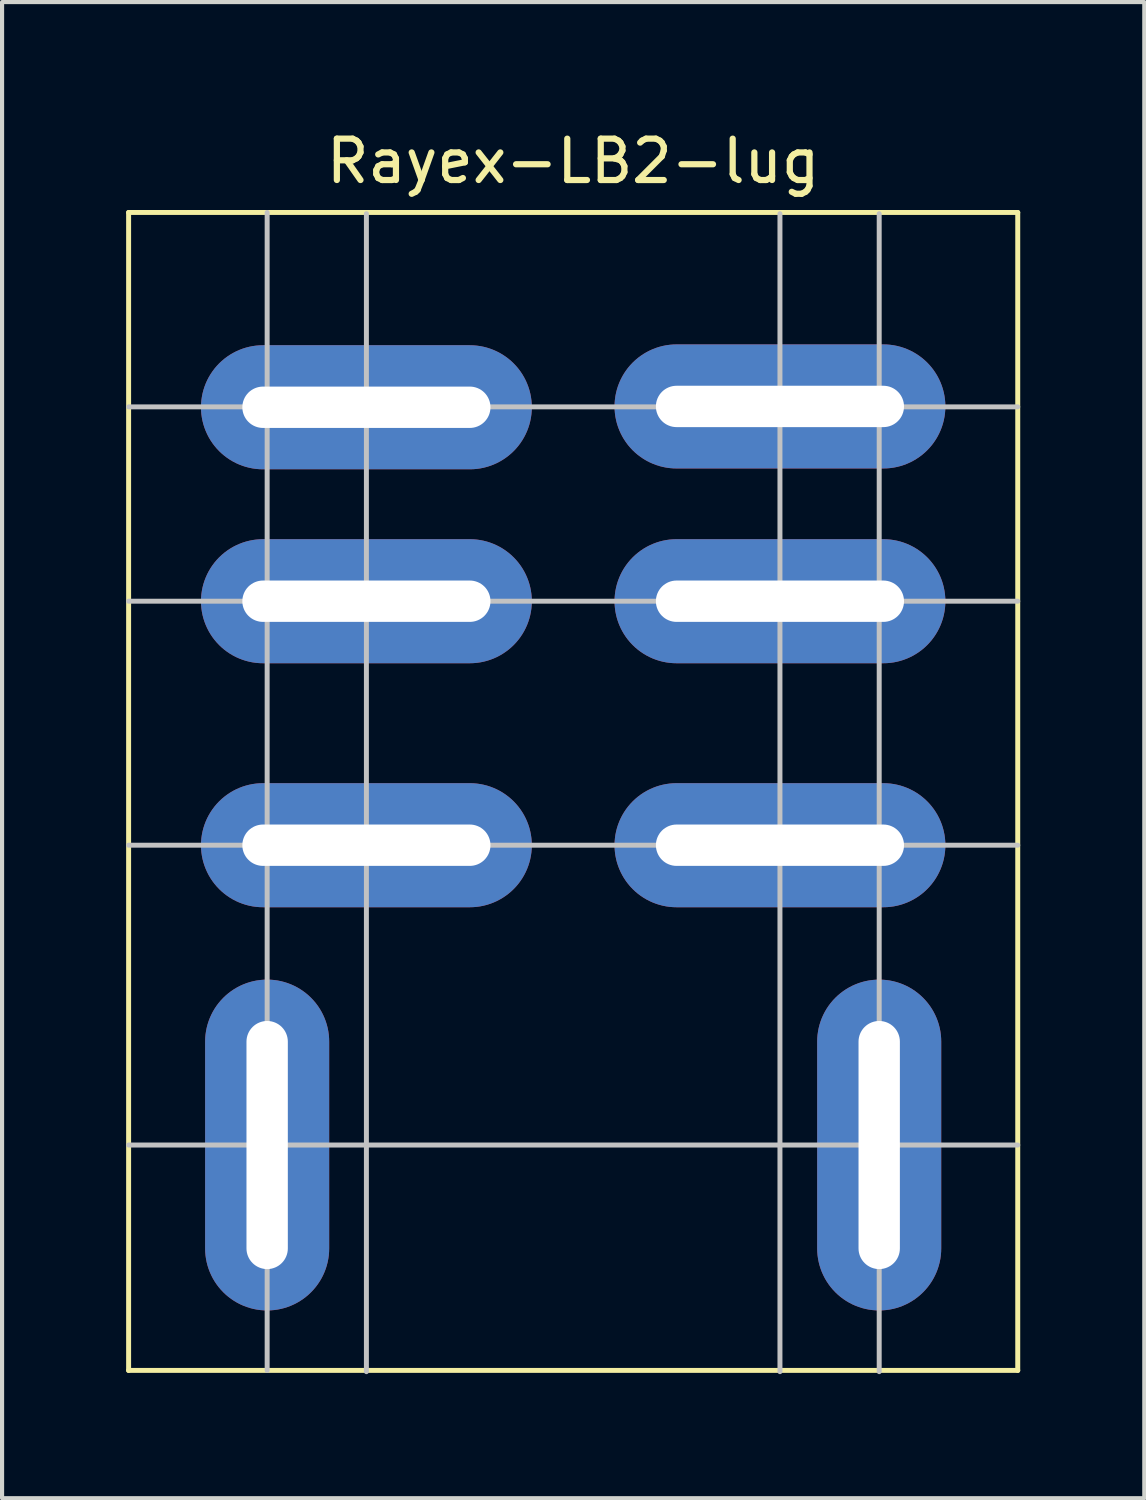
<source format=kicad_pcb>
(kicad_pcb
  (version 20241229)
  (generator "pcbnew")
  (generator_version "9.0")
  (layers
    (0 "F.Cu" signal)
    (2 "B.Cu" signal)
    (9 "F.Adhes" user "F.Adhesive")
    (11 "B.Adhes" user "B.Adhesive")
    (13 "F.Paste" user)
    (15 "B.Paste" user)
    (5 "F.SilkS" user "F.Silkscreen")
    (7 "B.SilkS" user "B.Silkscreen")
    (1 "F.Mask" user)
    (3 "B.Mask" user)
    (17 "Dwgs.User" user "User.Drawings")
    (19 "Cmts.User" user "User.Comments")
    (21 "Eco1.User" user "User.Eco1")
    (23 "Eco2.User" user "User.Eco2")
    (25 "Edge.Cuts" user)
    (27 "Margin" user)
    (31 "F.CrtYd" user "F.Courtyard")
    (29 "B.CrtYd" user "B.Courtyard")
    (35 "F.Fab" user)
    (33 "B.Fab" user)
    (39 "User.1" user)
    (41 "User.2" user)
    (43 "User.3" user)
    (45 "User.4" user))
  (footprint "Rayex-LB2-lug"
    (layer "F.Cu")
    (at 10.81 16.088)
    (property "Reference" "Rayex-LB2-lug" (at 0 -15.24 0) (layer "F.SilkS") (effects (font (size 1 1) (thickness 0.15))))
    (attr through_hole)
    (fp_line (start -10.75 -14) (end -10.75 14) (stroke (width 0.12) (type solid)) (layer "F.SilkS"))
    (fp_line (start 10.75 -14) (end -10.75 -14) (stroke (width 0.12) (type solid)) (layer "F.SilkS"))
    (fp_line (start 10.75 -14) (end 10.75 14) (stroke (width 0.12) (type solid)) (layer "F.SilkS"))
    (fp_line (start 10.75 14) (end -10.75 14) (stroke (width 0.12) (type solid)) (layer "F.SilkS"))
    (fp_line (start -7.4 -14) (end -7.4 14) (stroke (width 0.12) (type solid)) (layer "Dwgs.User"))
    (fp_line (start -5 -13.97) (end -5 14.03) (stroke (width 0.12) (type solid)) (layer "Dwgs.User"))
    (fp_line (start 5 -13.97) (end 5 14.03) (stroke (width 0.12) (type solid)) (layer "Dwgs.User"))
    (fp_line (start 7.4 -13.97) (end 7.4 14.03) (stroke (width 0.12) (type solid)) (layer "Dwgs.User"))
    (fp_line (start 10.75 -9.3) (end -10.75 -9.3) (stroke (width 0.12) (type solid)) (layer "Dwgs.User"))
    (fp_line (start 10.75 -4.6) (end -10.75 -4.6) (stroke (width 0.12) (type solid)) (layer "Dwgs.User"))
    (fp_line (start 10.75 1.3) (end -10.75 1.3) (stroke (width 0.12) (type solid)) (layer "Dwgs.User"))
    (fp_line (start 10.75 8.55) (end -10.75 8.55) (stroke (width 0.12) (type solid)) (layer "Dwgs.User"))
    (pad "1" thru_hole oval (at -5 -9.29) (size 8 3) (drill oval 6 1) (layers "*.Cu" "*.Mask"))
    (pad "2" thru_hole oval (at 5 -9.31) (size 8 3) (drill oval 6 1) (layers "*.Cu" "*.Mask"))
    (pad "3" thru_hole oval (at -5 -4.6) (size 8 3) (drill oval 6 1) (layers "*.Cu" "*.Mask"))
    (pad "4" thru_hole oval (at 5 -4.6) (size 8 3) (drill oval 6 1) (layers "*.Cu" "*.Mask"))
    (pad "5" thru_hole oval (at -5 1.3) (size 8 3) (drill oval 6 1) (layers "*.Cu" "*.Mask"))
    (pad "6" thru_hole oval (at 5 1.3) (size 8 3) (drill oval 6 1) (layers "*.Cu" "*.Mask"))
    (pad "7" thru_hole oval (at -7.4 8.55 90) (size 8 3) (drill oval 6 1) (layers "*.Cu" "*.Mask"))
    (pad "8" thru_hole oval (at 7.4 8.55 90) (size 8 3) (drill oval 6 1) (layers "*.Cu" "*.Mask")))
  (gr_rect
    (start -3 -3)
    (end 24.62 33.178)
    (stroke (width 0.1) (type default))
    (fill no)
    (layer "Edge.Cuts")))
</source>
